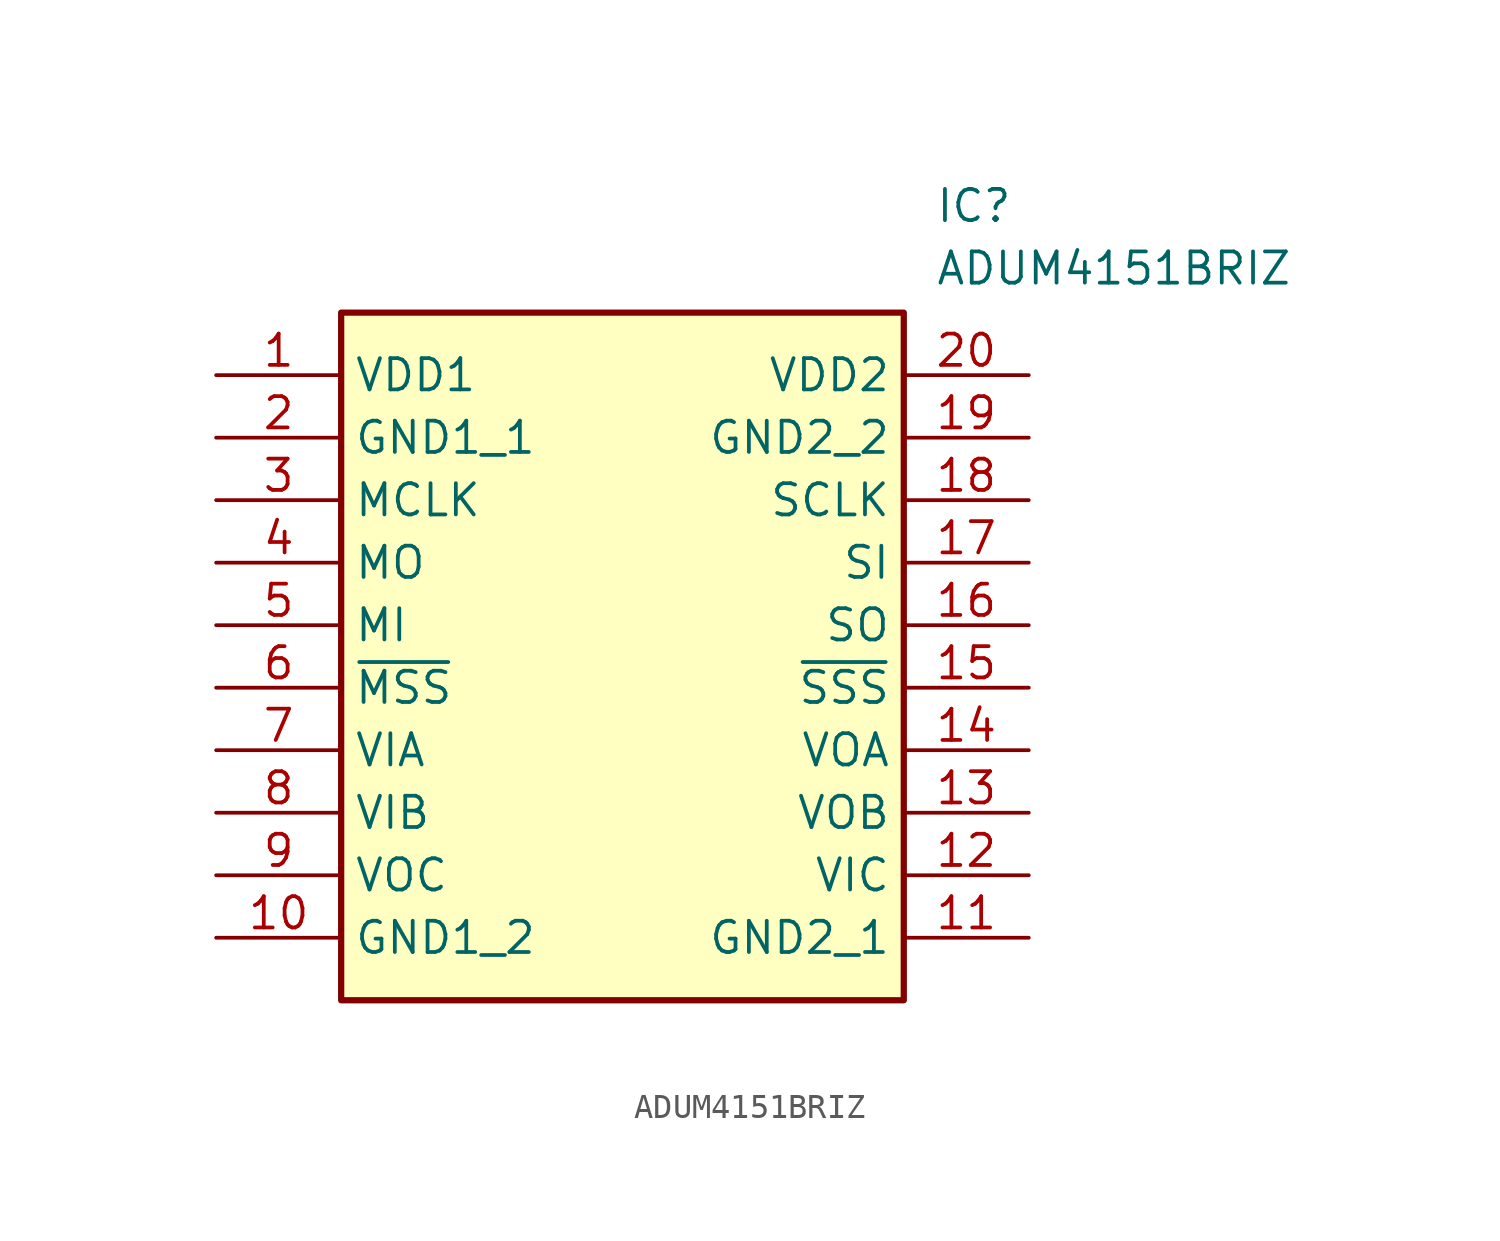
<source format=kicad_sym>
(kicad_symbol_lib
  (version 20211014)
  (generator SamacSys_ECAD_Model)
  (symbol "ADUM4151BRIZ"
    (property "Reference" "IC"
      (at 29.21 7.62 0)
      (effects (font (size 1.27 1.27)) (justify left top)))
    (property "Value" "ADUM4151BRIZ"
      (at 29.21 5.08 0)
      (effects (font (size 1.27 1.27)) (justify left top)))
    (rectangle
      (start 5.08 2.54)
      (end 27.94 -25.4)
      (stroke (width 0.254) (type default))
      (fill (type background)))
    (pin passive line
      (at 0 0 0)
      (length 5.08)
      (name "VDD1" (effects (font (size 1.27 1.27))))
      (number "1" (effects (font (size 1.27 1.27)))))
    (pin passive line
      (at 0 -2.54 0)
      (length 5.08)
      (name "GND1_1" (effects (font (size 1.27 1.27))))
      (number "2" (effects (font (size 1.27 1.27)))))
    (pin passive line
      (at 0 -5.08 0)
      (length 5.08)
      (name "MCLK" (effects (font (size 1.27 1.27))))
      (number "3" (effects (font (size 1.27 1.27)))))
    (pin passive line
      (at 0 -7.62 0)
      (length 5.08)
      (name "MO" (effects (font (size 1.27 1.27))))
      (number "4" (effects (font (size 1.27 1.27)))))
    (pin passive line
      (at 0 -10.16 0)
      (length 5.08)
      (name "MI" (effects (font (size 1.27 1.27))))
      (number "5" (effects (font (size 1.27 1.27)))))
    (pin passive line
      (at 0 -12.7 0)
      (length 5.08)
      (name "~{MSS}" (effects (font (size 1.27 1.27))))
      (number "6" (effects (font (size 1.27 1.27)))))
    (pin passive line
      (at 0 -15.24 0)
      (length 5.08)
      (name "VIA" (effects (font (size 1.27 1.27))))
      (number "7" (effects (font (size 1.27 1.27)))))
    (pin passive line
      (at 0 -17.78 0)
      (length 5.08)
      (name "VIB" (effects (font (size 1.27 1.27))))
      (number "8" (effects (font (size 1.27 1.27)))))
    (pin passive line
      (at 0 -20.32 0)
      (length 5.08)
      (name "VOC" (effects (font (size 1.27 1.27))))
      (number "9" (effects (font (size 1.27 1.27)))))
    (pin passive line
      (at 0 -22.86 0)
      (length 5.08)
      (name "GND1_2" (effects (font (size 1.27 1.27))))
      (number "10" (effects (font (size 1.27 1.27)))))
    (pin passive line
      (at 33.02 0 180)
      (length 5.08)
      (name "VDD2" (effects (font (size 1.27 1.27))))
      (number "20" (effects (font (size 1.27 1.27)))))
    (pin passive line
      (at 33.02 -2.54 180)
      (length 5.08)
      (name "GND2_2" (effects (font (size 1.27 1.27))))
      (number "19" (effects (font (size 1.27 1.27)))))
    (pin passive line
      (at 33.02 -5.08 180)
      (length 5.08)
      (name "SCLK" (effects (font (size 1.27 1.27))))
      (number "18" (effects (font (size 1.27 1.27)))))
    (pin passive line
      (at 33.02 -7.62 180)
      (length 5.08)
      (name "SI" (effects (font (size 1.27 1.27))))
      (number "17" (effects (font (size 1.27 1.27)))))
    (pin passive line
      (at 33.02 -10.16 180)
      (length 5.08)
      (name "SO" (effects (font (size 1.27 1.27))))
      (number "16" (effects (font (size 1.27 1.27)))))
    (pin passive line
      (at 33.02 -12.7 180)
      (length 5.08)
      (name "~{SSS}" (effects (font (size 1.27 1.27))))
      (number "15" (effects (font (size 1.27 1.27)))))
    (pin passive line
      (at 33.02 -15.24 180)
      (length 5.08)
      (name "VOA" (effects (font (size 1.27 1.27))))
      (number "14" (effects (font (size 1.27 1.27)))))
    (pin passive line
      (at 33.02 -17.78 180)
      (length 5.08)
      (name "VOB" (effects (font (size 1.27 1.27))))
      (number "13" (effects (font (size 1.27 1.27)))))
    (pin passive line
      (at 33.02 -20.32 180)
      (length 5.08)
      (name "VIC" (effects (font (size 1.27 1.27))))
      (number "12" (effects (font (size 1.27 1.27)))))
    (pin passive line
      (at 33.02 -22.86 180)
      (length 5.08)
      (name "GND2_1" (effects (font (size 1.27 1.27))))
      (number "11" (effects (font (size 1.27 1.27)))))))
</source>
